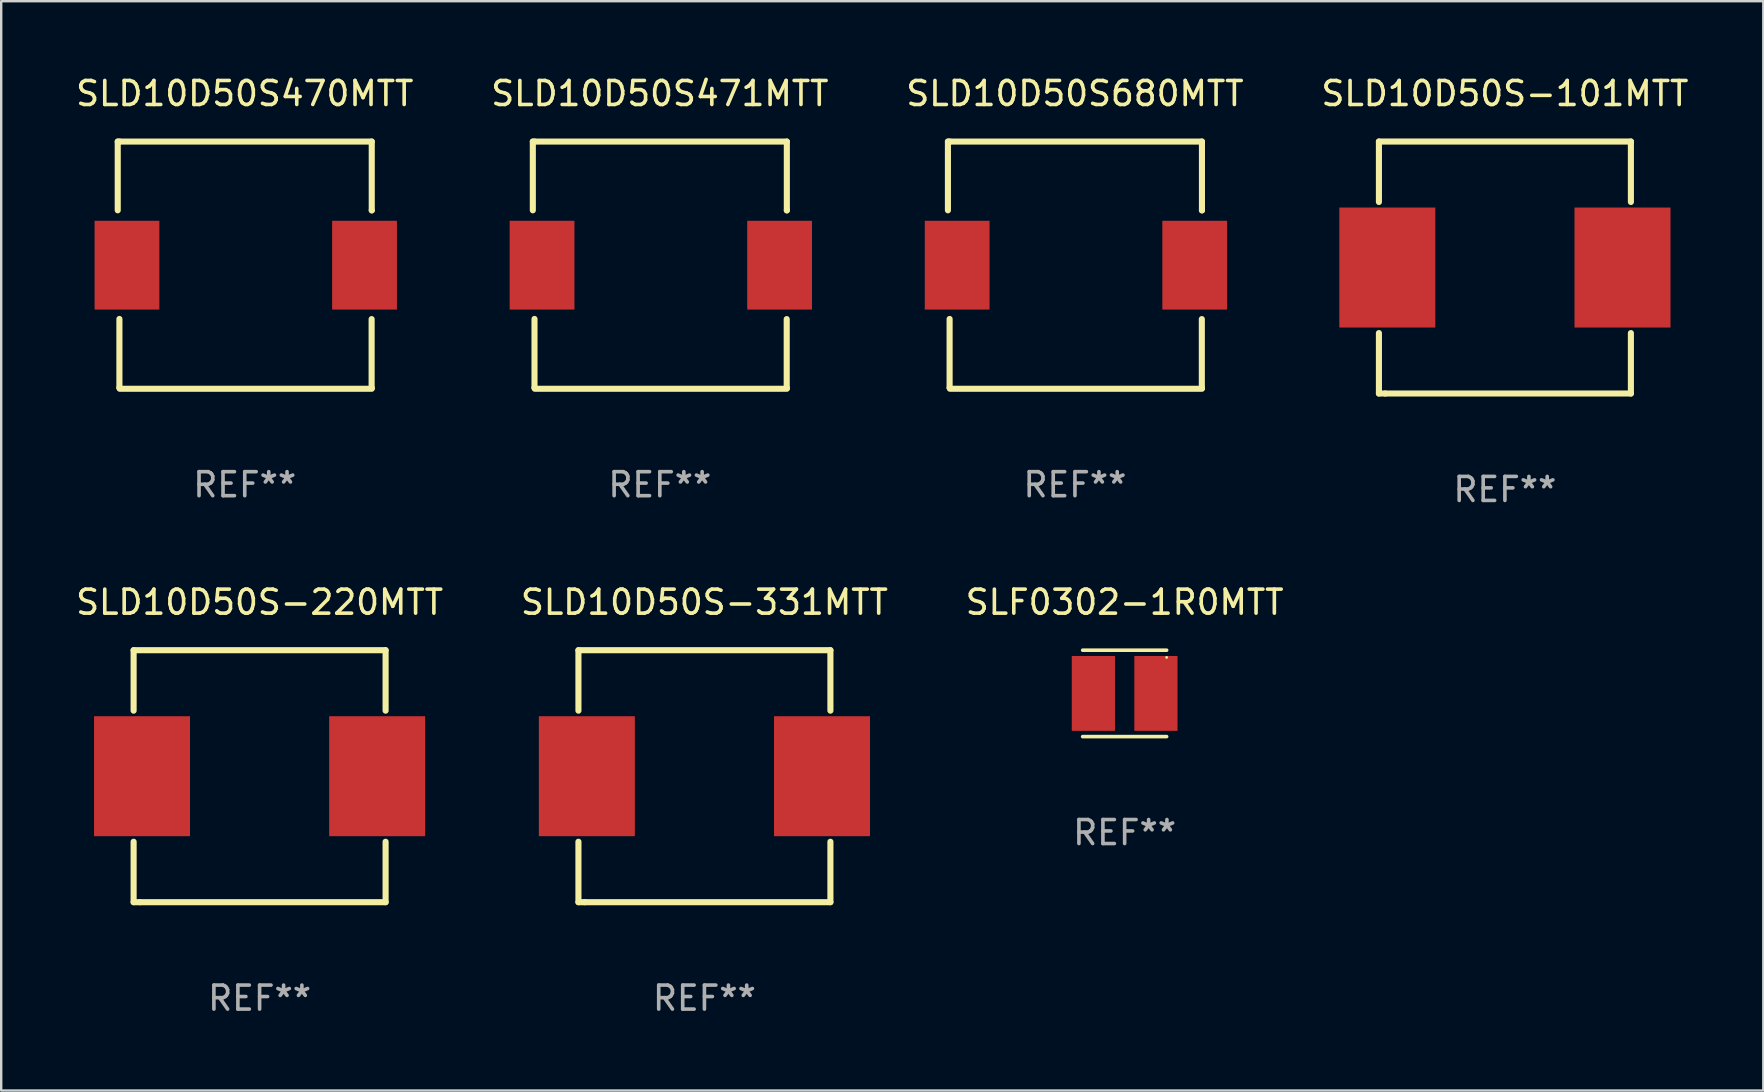
<source format=kicad_pcb>
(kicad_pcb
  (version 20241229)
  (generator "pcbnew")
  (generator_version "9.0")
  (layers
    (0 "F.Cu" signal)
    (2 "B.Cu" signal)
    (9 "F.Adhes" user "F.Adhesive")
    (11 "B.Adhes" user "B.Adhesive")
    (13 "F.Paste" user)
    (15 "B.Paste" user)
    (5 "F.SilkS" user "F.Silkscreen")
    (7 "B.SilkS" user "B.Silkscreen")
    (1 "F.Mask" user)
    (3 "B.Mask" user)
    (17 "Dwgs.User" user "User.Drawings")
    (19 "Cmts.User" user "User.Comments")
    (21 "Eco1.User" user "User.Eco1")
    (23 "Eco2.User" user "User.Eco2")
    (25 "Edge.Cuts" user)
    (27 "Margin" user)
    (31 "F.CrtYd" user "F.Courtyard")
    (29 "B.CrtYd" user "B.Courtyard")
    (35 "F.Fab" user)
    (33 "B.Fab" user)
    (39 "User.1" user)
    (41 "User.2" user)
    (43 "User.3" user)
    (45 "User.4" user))
  (footprint "SLD10D50S680MTT"
    (layer "F.Cu")
    (at 41.744 7.999)
    (property "Reference" "SLD10D50S680MTT" (at 0 -7.151 0) (layer "F.SilkS") (effects (font (size 1 1) (thickness 0.15))))
    (attr through_hole)
    (fp_line (start -5.293 -5.149) (end -5.293 -2.285) (stroke (width 0.254) (type solid)) (layer "F.SilkS"))
    (fp_line (start -5.223 2.242) (end -5.223 5.108) (stroke (width 0.254) (type solid)) (layer "F.SilkS"))
    (fp_line (start -5.223 5.108) (end -5.222 5.112) (stroke (width 0.254) (type solid)) (layer "F.SilkS"))
    (fp_line (start -5.208 -5.149) (end -5.293 -5.149) (stroke (width 0.254) (type solid)) (layer "F.SilkS"))
    (fp_line (start -5.208 -5.149) (end 5.291 -5.149) (stroke (width 0.254) (type solid)) (layer "F.SilkS"))
    (fp_line (start -5.208 5.151) (end 5.291 5.151) (stroke (width 0.254) (type solid)) (layer "F.SilkS"))
    (fp_line (start 5.287 2.248) (end 5.287 5.114) (stroke (width 0.254) (type solid)) (layer "F.SilkS"))
    (fp_line (start 5.287 5.114) (end 5.287 5.118) (stroke (width 0.254) (type solid)) (layer "F.SilkS"))
    (fp_line (start 5.292 -5.151) (end 5.292 -2.285) (stroke (width 0.254) (type solid)) (layer "F.SilkS"))
    (fp_line (start 5.292 -2.285) (end 5.293 -2.281) (stroke (width 0.254) (type solid)) (layer "F.SilkS"))
    (fp_circle (center -5.208 5.151) (end -5.178 5.151) (stroke (width 0.06) (type solid)) (fill no) (layer "F.SilkS"))
    (fp_text user "REF**" (at 0 9.151 0) (layer "F.Fab") (effects (font (size 1 1) (thickness 0.15))))
    (pad "1" smd rect (at -4.908 0.001) (size 2.7 3.7) (layers "F.Cu" "F.Mask" "F.Paste"))
    (pad "2" smd rect (at 4.991 0.001) (size 2.7 3.7) (layers "F.Cu" "F.Mask" "F.Paste")))
  (footprint "SLF0302-1R0MTT"
    (layer "F.Cu")
    (at 43.815 25.845)
    (property "Reference" "SLF0302-1R0MTT" (at 0 -3.8 0) (layer "F.SilkS") (effects (font (size 1 1) (thickness 0.15))))
    (attr through_hole)
    (fp_line (start -1.75 -1.8) (end 1.75 -1.8) (stroke (width 0.15) (type solid)) (layer "F.SilkS"))
    (fp_line (start 1.75 1.8) (end -1.75 1.8) (stroke (width 0.15) (type solid)) (layer "F.SilkS"))
    (fp_circle (center 1.75 -1.5) (end 1.78 -1.5) (stroke (width 0.06) (type solid)) (fill no) (layer "F.SilkS"))
    (fp_text user "REF**" (at 0 5.8 0) (layer "F.Fab") (effects (font (size 1 1) (thickness 0.15))))
    (pad "1" smd rect (at 1.303 0.000051) (size 1.8 3.12) (layers "F.Cu" "F.Mask" "F.Paste"))
    (pad "2" smd rect (at -1.303 0.000051) (size 1.8 3.12) (layers "F.Cu" "F.Mask" "F.Paste")))
  (footprint "SLD10D50S470MTT"
    (layer "F.Cu")
    (at 7.149 7.999)
    (property "Reference" "SLD10D50S470MTT" (at 0 -7.151 0) (layer "F.SilkS") (effects (font (size 1 1) (thickness 0.15))))
    (attr through_hole)
    (fp_line (start -5.293 -5.149) (end -5.293 -2.285) (stroke (width 0.254) (type solid)) (layer "F.SilkS"))
    (fp_line (start -5.223 2.242) (end -5.223 5.108) (stroke (width 0.254) (type solid)) (layer "F.SilkS"))
    (fp_line (start -5.223 5.108) (end -5.222 5.112) (stroke (width 0.254) (type solid)) (layer "F.SilkS"))
    (fp_line (start -5.208 -5.149) (end -5.293 -5.149) (stroke (width 0.254) (type solid)) (layer "F.SilkS"))
    (fp_line (start -5.208 -5.149) (end 5.291 -5.149) (stroke (width 0.254) (type solid)) (layer "F.SilkS"))
    (fp_line (start -5.208 5.151) (end 5.291 5.151) (stroke (width 0.254) (type solid)) (layer "F.SilkS"))
    (fp_line (start 5.287 2.248) (end 5.287 5.114) (stroke (width 0.254) (type solid)) (layer "F.SilkS"))
    (fp_line (start 5.287 5.114) (end 5.287 5.118) (stroke (width 0.254) (type solid)) (layer "F.SilkS"))
    (fp_line (start 5.292 -5.151) (end 5.292 -2.285) (stroke (width 0.254) (type solid)) (layer "F.SilkS"))
    (fp_line (start 5.292 -2.285) (end 5.293 -2.281) (stroke (width 0.254) (type solid)) (layer "F.SilkS"))
    (fp_circle (center -5.208 5.151) (end -5.178 5.151) (stroke (width 0.06) (type solid)) (fill no) (layer "F.SilkS"))
    (fp_text user "REF**" (at 0 9.151 0) (layer "F.Fab") (effects (font (size 1 1) (thickness 0.15))))
    (pad "1" smd rect (at -4.908 0.001) (size 2.7 3.7) (layers "F.Cu" "F.Mask" "F.Paste"))
    (pad "2" smd rect (at 4.991 0.001) (size 2.7 3.7) (layers "F.Cu" "F.Mask" "F.Paste")))
  (footprint "SLD10D50S-331MTT"
    (layer "F.Cu")
    (at 26.304 29.295)
    (property "Reference" "SLD10D50S-331MTT" (at 0 -7.25 0) (layer "F.SilkS") (effects (font (size 1 1) (thickness 0.15))))
    (attr through_hole)
    (fp_line (start -5.25 -5.25) (end -5.25 -2.731) (stroke (width 0.254) (type solid)) (layer "F.SilkS"))
    (fp_line (start -5.25 -5.25) (end 5.25 -5.25) (stroke (width 0.254) (type solid)) (layer "F.SilkS"))
    (fp_line (start -5.25 2.731) (end -5.25 5.25) (stroke (width 0.254) (type solid)) (layer "F.SilkS"))
    (fp_line (start -4.989 5.25) (end -5.25 5.25) (stroke (width 0.254) (type solid)) (layer "F.SilkS"))
    (fp_line (start 5.25 -5.25) (end 5.25 -2.731) (stroke (width 0.254) (type solid)) (layer "F.SilkS"))
    (fp_line (start 5.25 2.731) (end 5.25 5.25) (stroke (width 0.254) (type solid)) (layer "F.SilkS"))
    (fp_line (start 5.25 5.25) (end -4.989 5.25) (stroke (width 0.254) (type solid)) (layer "F.SilkS"))
    (fp_circle (center -5.25 5.25) (end -5.22 5.25) (stroke (width 0.06) (type solid)) (fill no) (layer "F.SilkS"))
    (fp_text user "REF**" (at 0 9.25 0) (layer "F.Fab") (effects (font (size 1 1) (thickness 0.15))))
    (pad "1" smd rect (at -4.9 -0.000013) (size 4 5) (layers "F.Cu" "F.Mask" "F.Paste"))
    (pad "2" smd rect (at 4.9 -0.000013) (size 4 5) (layers "F.Cu" "F.Mask" "F.Paste")))
  (footprint "SLD10D50S-101MTT"
    (layer "F.Cu")
    (at 59.661 8.098)
    (property "Reference" "SLD10D50S-101MTT" (at 0 -7.25 0) (layer "F.SilkS") (effects (font (size 1 1) (thickness 0.15))))
    (attr through_hole)
    (fp_line (start -5.25 -5.25) (end -5.25 -2.731) (stroke (width 0.254) (type solid)) (layer "F.SilkS"))
    (fp_line (start -5.25 -5.25) (end 5.25 -5.25) (stroke (width 0.254) (type solid)) (layer "F.SilkS"))
    (fp_line (start -5.25 2.731) (end -5.25 5.25) (stroke (width 0.254) (type solid)) (layer "F.SilkS"))
    (fp_line (start -4.989 5.25) (end -5.25 5.25) (stroke (width 0.254) (type solid)) (layer "F.SilkS"))
    (fp_line (start 5.25 -5.25) (end 5.25 -2.731) (stroke (width 0.254) (type solid)) (layer "F.SilkS"))
    (fp_line (start 5.25 2.731) (end 5.25 5.25) (stroke (width 0.254) (type solid)) (layer "F.SilkS"))
    (fp_line (start 5.25 5.25) (end -4.989 5.25) (stroke (width 0.254) (type solid)) (layer "F.SilkS"))
    (fp_circle (center -5.25 5.25) (end -5.22 5.25) (stroke (width 0.06) (type solid)) (fill no) (layer "F.SilkS"))
    (fp_text user "REF**" (at 0 9.25 0) (layer "F.Fab") (effects (font (size 1 1) (thickness 0.15))))
    (pad "1" smd rect (at -4.9 -0.000013) (size 4 5) (layers "F.Cu" "F.Mask" "F.Paste"))
    (pad "2" smd rect (at 4.9 -0.000013) (size 4 5) (layers "F.Cu" "F.Mask" "F.Paste")))
  (footprint "SLD10D50S-220MTT"
    (layer "F.Cu")
    (at 7.768 29.295)
    (property "Reference" "SLD10D50S-220MTT" (at 0 -7.25 0) (layer "F.SilkS") (effects (font (size 1 1) (thickness 0.15))))
    (attr through_hole)
    (fp_line (start -5.25 -5.25) (end -5.25 -2.731) (stroke (width 0.254) (type solid)) (layer "F.SilkS"))
    (fp_line (start -5.25 -5.25) (end 5.25 -5.25) (stroke (width 0.254) (type solid)) (layer "F.SilkS"))
    (fp_line (start -5.25 2.731) (end -5.25 5.25) (stroke (width 0.254) (type solid)) (layer "F.SilkS"))
    (fp_line (start -4.989 5.25) (end -5.25 5.25) (stroke (width 0.254) (type solid)) (layer "F.SilkS"))
    (fp_line (start 5.25 -5.25) (end 5.25 -2.731) (stroke (width 0.254) (type solid)) (layer "F.SilkS"))
    (fp_line (start 5.25 2.731) (end 5.25 5.25) (stroke (width 0.254) (type solid)) (layer "F.SilkS"))
    (fp_line (start 5.25 5.25) (end -4.989 5.25) (stroke (width 0.254) (type solid)) (layer "F.SilkS"))
    (fp_circle (center -5.25 5.25) (end -5.22 5.25) (stroke (width 0.06) (type solid)) (fill no) (layer "F.SilkS"))
    (fp_text user "REF**" (at 0 9.25 0) (layer "F.Fab") (effects (font (size 1 1) (thickness 0.15))))
    (pad "1" smd rect (at -4.9 -0.000013) (size 4 5) (layers "F.Cu" "F.Mask" "F.Paste"))
    (pad "2" smd rect (at 4.9 -0.000013) (size 4 5) (layers "F.Cu" "F.Mask" "F.Paste")))
  (footprint "SLD10D50S471MTT"
    (layer "F.Cu")
    (at 24.446 7.999)
    (property "Reference" "SLD10D50S471MTT" (at 0 -7.151 0) (layer "F.SilkS") (effects (font (size 1 1) (thickness 0.15))))
    (attr through_hole)
    (fp_line (start -5.293 -5.149) (end -5.293 -2.285) (stroke (width 0.254) (type solid)) (layer "F.SilkS"))
    (fp_line (start -5.223 2.242) (end -5.223 5.108) (stroke (width 0.254) (type solid)) (layer "F.SilkS"))
    (fp_line (start -5.223 5.108) (end -5.222 5.112) (stroke (width 0.254) (type solid)) (layer "F.SilkS"))
    (fp_line (start -5.208 -5.149) (end -5.293 -5.149) (stroke (width 0.254) (type solid)) (layer "F.SilkS"))
    (fp_line (start -5.208 -5.149) (end 5.291 -5.149) (stroke (width 0.254) (type solid)) (layer "F.SilkS"))
    (fp_line (start -5.208 5.151) (end 5.291 5.151) (stroke (width 0.254) (type solid)) (layer "F.SilkS"))
    (fp_line (start 5.287 2.248) (end 5.287 5.114) (stroke (width 0.254) (type solid)) (layer "F.SilkS"))
    (fp_line (start 5.287 5.114) (end 5.287 5.118) (stroke (width 0.254) (type solid)) (layer "F.SilkS"))
    (fp_line (start 5.292 -5.151) (end 5.292 -2.285) (stroke (width 0.254) (type solid)) (layer "F.SilkS"))
    (fp_line (start 5.292 -2.285) (end 5.293 -2.281) (stroke (width 0.254) (type solid)) (layer "F.SilkS"))
    (fp_circle (center -5.208 5.151) (end -5.178 5.151) (stroke (width 0.06) (type solid)) (fill no) (layer "F.SilkS"))
    (fp_text user "REF**" (at 0 9.151 0) (layer "F.Fab") (effects (font (size 1 1) (thickness 0.15))))
    (pad "1" smd rect (at -4.908 0.001) (size 2.7 3.7) (layers "F.Cu" "F.Mask" "F.Paste"))
    (pad "2" smd rect (at 4.991 0.001) (size 2.7 3.7) (layers "F.Cu" "F.Mask" "F.Paste")))
  (gr_rect
    (start -3 -3)
    (end 70.429 42.393)
    (stroke (width 0.1) (type default))
    (fill no)
    (layer "Edge.Cuts")))
</source>
